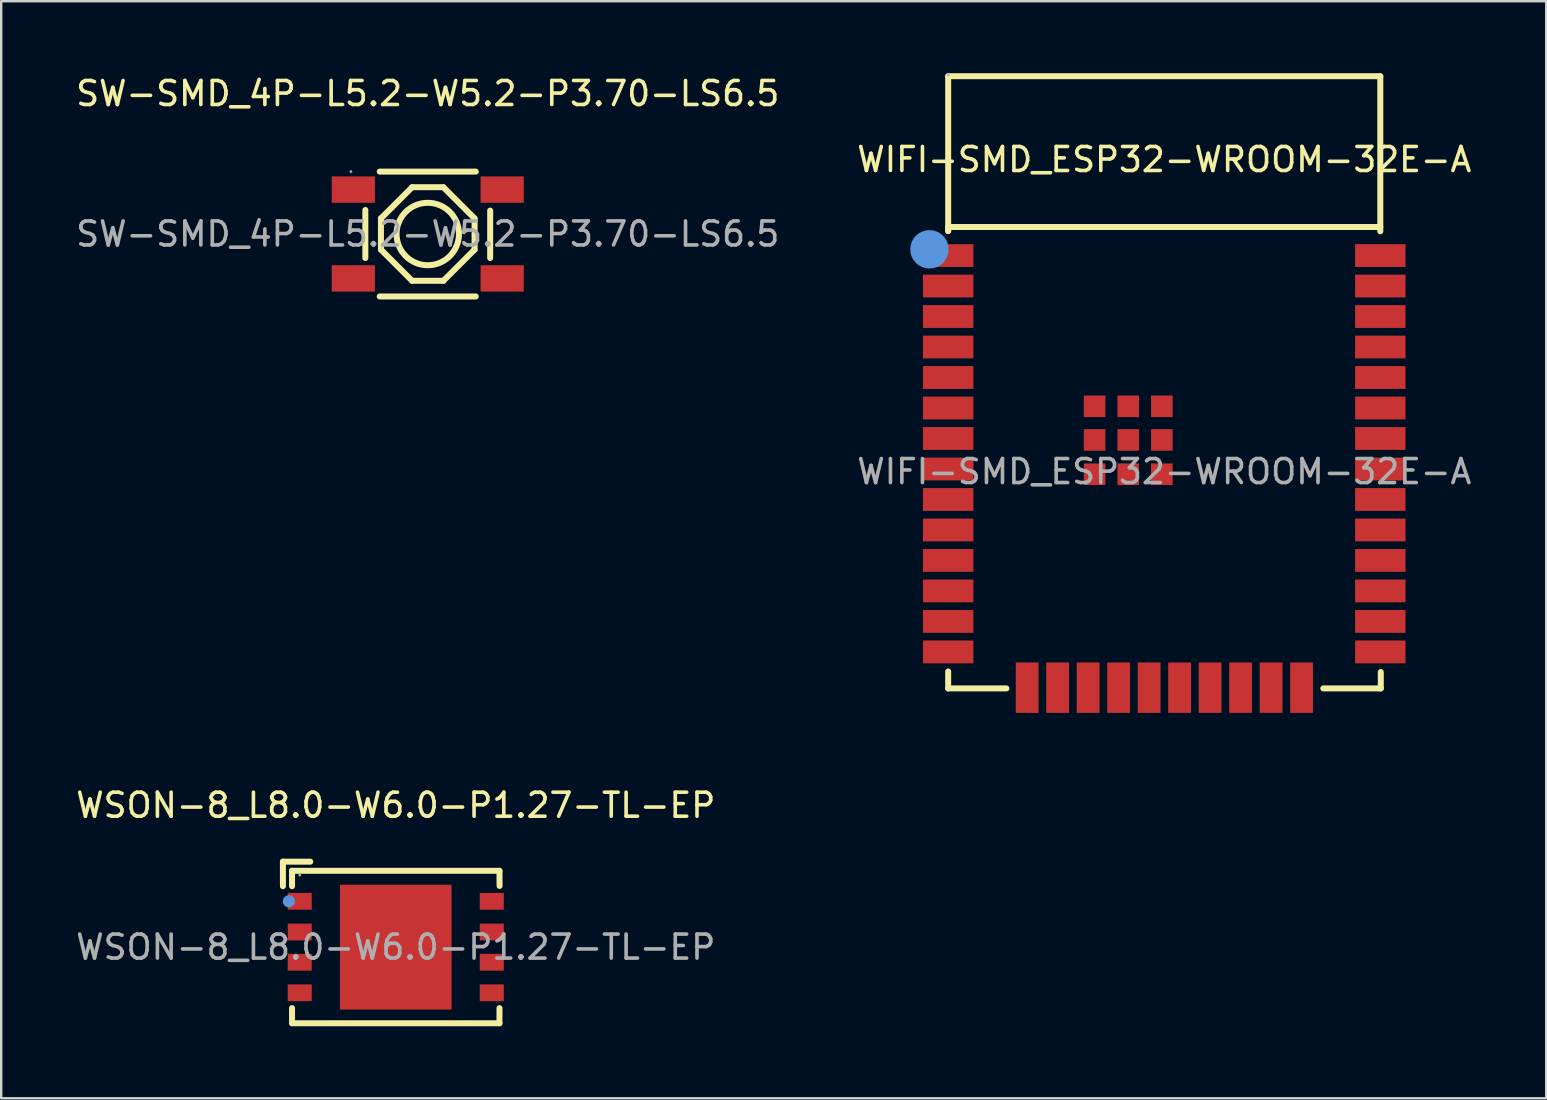
<source format=kicad_pcb>
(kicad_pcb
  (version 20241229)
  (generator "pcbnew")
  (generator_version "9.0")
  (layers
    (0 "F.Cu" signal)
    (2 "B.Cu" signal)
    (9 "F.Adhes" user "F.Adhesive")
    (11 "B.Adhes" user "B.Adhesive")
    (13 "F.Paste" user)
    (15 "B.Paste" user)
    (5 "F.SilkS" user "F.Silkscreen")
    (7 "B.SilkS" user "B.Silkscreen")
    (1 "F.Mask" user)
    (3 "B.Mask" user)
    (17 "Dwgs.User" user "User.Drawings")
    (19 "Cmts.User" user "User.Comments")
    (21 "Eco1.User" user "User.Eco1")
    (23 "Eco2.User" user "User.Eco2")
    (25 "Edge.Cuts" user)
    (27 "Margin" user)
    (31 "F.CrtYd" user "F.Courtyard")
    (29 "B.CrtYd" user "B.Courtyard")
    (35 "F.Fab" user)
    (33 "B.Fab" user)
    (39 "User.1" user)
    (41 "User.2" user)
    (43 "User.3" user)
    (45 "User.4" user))
  (footprint "WIFI-SMD_ESP32-WROOM-32E-A"
    (layer "F.Cu")
    (at 45.446 16.595)
    (property "Reference" "WIFI-SMD_ESP32-WROOM-32E-A" (at 0 -13 0) (layer "F.SilkS") (effects (font (size 1 1) (thickness 0.15))))
    (attr smd)
    (fp_line (start -9 -16.47) (end -9 -10.02) (stroke (width 0.25) (type solid)) (layer "F.SilkS"))
    (fp_line (start -9 -10.19) (end -9 -10.02) (stroke (width 0.25) (type solid)) (layer "F.SilkS"))
    (fp_line (start -9 8.325) (end -9 9.03) (stroke (width 0.25) (type solid)) (layer "F.SilkS"))
    (fp_line (start -9 9.03) (end -6.575 9.03) (stroke (width 0.25) (type solid)) (layer "F.SilkS"))
    (fp_line (start 6.625 9.03) (end 9.02 9.03) (stroke (width 0.25) (type solid)) (layer "F.SilkS"))
    (fp_line (start 9 -16.47) (end -9 -16.47) (stroke (width 0.25) (type solid)) (layer "F.SilkS"))
    (fp_line (start 9 -16.47) (end 9 -10.01) (stroke (width 0.25) (type solid)) (layer "F.SilkS"))
    (fp_line (start 9 -10.19) (end -9 -10.19) (stroke (width 0.25) (type solid)) (layer "F.SilkS"))
    (fp_line (start 9.02 9.03) (end 9.02 8.35) (stroke (width 0.25) (type solid)) (layer "F.SilkS"))
    (fp_circle (center -9.78 -9.26) (end -9.38 -9.26) (stroke (width 0.8) (type solid)) (fill no) (layer "Cmts.User"))
    (fp_circle (center -9 -16.53) (end -8.97 -16.53) (stroke (width 0.06) (type solid)) (fill no) (layer "F.Fab"))
    (fp_text user "${REFERENCE}" (at 0 0 0) (layer "F.Fab") (effects (font (size 1 1) (thickness 0.15))))
    (pad "1" smd rect (at -9 -9 270) (size 0.95 2.1) (layers "F.Cu" "F.Mask" "F.Paste"))
    (pad "2" smd rect (at -9 -7.73 270) (size 0.95 2.1) (layers "F.Cu" "F.Mask" "F.Paste"))
    (pad "3" smd rect (at -9 -6.46 270) (size 0.95 2.1) (layers "F.Cu" "F.Mask" "F.Paste"))
    (pad "4" smd rect (at -9 -5.19 270) (size 0.95 2.1) (layers "F.Cu" "F.Mask" "F.Paste"))
    (pad "5" smd rect (at -9 -3.92 270) (size 0.95 2.1) (layers "F.Cu" "F.Mask" "F.Paste"))
    (pad "6" smd rect (at -9 -2.65 270) (size 0.95 2.1) (layers "F.Cu" "F.Mask" "F.Paste"))
    (pad "7" smd rect (at -9 -1.38 270) (size 0.95 2.1) (layers "F.Cu" "F.Mask" "F.Paste"))
    (pad "8" smd rect (at -9 -0.11 270) (size 0.95 2.1) (layers "F.Cu" "F.Mask" "F.Paste"))
    (pad "9" smd rect (at -9 1.16 270) (size 0.95 2.1) (layers "F.Cu" "F.Mask" "F.Paste"))
    (pad "10" smd rect (at -9 2.43 270) (size 0.95 2.1) (layers "F.Cu" "F.Mask" "F.Paste"))
    (pad "11" smd rect (at -9 3.7 270) (size 0.95 2.1) (layers "F.Cu" "F.Mask" "F.Paste"))
    (pad "12" smd rect (at -9 4.97 270) (size 0.95 2.1) (layers "F.Cu" "F.Mask" "F.Paste"))
    (pad "13" smd rect (at -9 6.24 270) (size 0.95 2.1) (layers "F.Cu" "F.Mask" "F.Paste"))
    (pad "14" smd rect (at -9 7.51 270) (size 0.95 2.1) (layers "F.Cu" "F.Mask" "F.Paste"))
    (pad "15" smd rect (at -5.71 9 270) (size 2.1 0.95) (layers "F.Cu" "F.Mask" "F.Paste"))
    (pad "16" smd rect (at -4.44 9 270) (size 2.1 0.95) (layers "F.Cu" "F.Mask" "F.Paste"))
    (pad "17" smd rect (at -3.17 9 270) (size 2.1 0.95) (layers "F.Cu" "F.Mask" "F.Paste"))
    (pad "18" smd rect (at -1.9 9 270) (size 2.1 0.95) (layers "F.Cu" "F.Mask" "F.Paste"))
    (pad "19" smd rect (at -0.63 9 270) (size 2.1 0.95) (layers "F.Cu" "F.Mask" "F.Paste"))
    (pad "20" smd rect (at 0.64 9 270) (size 2.1 0.95) (layers "F.Cu" "F.Mask" "F.Paste"))
    (pad "21" smd rect (at 1.91 9 270) (size 2.1 0.95) (layers "F.Cu" "F.Mask" "F.Paste"))
    (pad "22" smd rect (at 3.18 9 270) (size 2.1 0.95) (layers "F.Cu" "F.Mask" "F.Paste"))
    (pad "23" smd rect (at 4.45 9 270) (size 2.1 0.95) (layers "F.Cu" "F.Mask" "F.Paste"))
    (pad "24" smd rect (at 5.72 9 270) (size 2.1 0.95) (layers "F.Cu" "F.Mask" "F.Paste"))
    (pad "25" smd rect (at 9 7.51 270) (size 0.95 2.1) (layers "F.Cu" "F.Mask" "F.Paste"))
    (pad "26" smd rect (at 9 6.24 270) (size 0.95 2.1) (layers "F.Cu" "F.Mask" "F.Paste"))
    (pad "27" smd rect (at 9 4.97 270) (size 0.95 2.1) (layers "F.Cu" "F.Mask" "F.Paste"))
    (pad "28" smd rect (at 9 3.7 270) (size 0.95 2.1) (layers "F.Cu" "F.Mask" "F.Paste"))
    (pad "29" smd rect (at 9 2.43 270) (size 0.95 2.1) (layers "F.Cu" "F.Mask" "F.Paste"))
    (pad "30" smd rect (at 9 1.16 270) (size 0.95 2.1) (layers "F.Cu" "F.Mask" "F.Paste"))
    (pad "31" smd rect (at 9 -0.11 270) (size 0.95 2.1) (layers "F.Cu" "F.Mask" "F.Paste"))
    (pad "32" smd rect (at 9 -1.38 270) (size 0.95 2.1) (layers "F.Cu" "F.Mask" "F.Paste"))
    (pad "33" smd rect (at 9 -2.65 270) (size 0.95 2.1) (layers "F.Cu" "F.Mask" "F.Paste"))
    (pad "34" smd rect (at 9 -3.92 270) (size 0.95 2.1) (layers "F.Cu" "F.Mask" "F.Paste"))
    (pad "35" smd rect (at 9 -5.19 270) (size 0.95 2.1) (layers "F.Cu" "F.Mask" "F.Paste"))
    (pad "36" smd rect (at 9 -6.46 270) (size 0.95 2.1) (layers "F.Cu" "F.Mask" "F.Paste"))
    (pad "37" smd rect (at 9 -7.73 270) (size 0.95 2.1) (layers "F.Cu" "F.Mask" "F.Paste"))
    (pad "38" smd rect (at 9 -9 270) (size 0.95 2.1) (layers "F.Cu" "F.Mask" "F.Paste"))
    (pad "39" smd rect (at -2.9 -2.72 90) (size 0.9 0.9) (layers "F.Cu" "F.Mask" "F.Paste"))
    (pad "39" smd rect (at -2.9 -1.32 90) (size 0.9 0.9) (layers "F.Cu" "F.Mask" "F.Paste"))
    (pad "39" smd rect (at -2.9 0.11 90) (size 0.9 0.9) (layers "F.Cu" "F.Mask" "F.Paste"))
    (pad "39" smd rect (at -1.5 -2.72 90) (size 0.9 0.9) (layers "F.Cu" "F.Mask" "F.Paste"))
    (pad "39" smd rect (at -1.5 -1.32 90) (size 0.9 0.9) (layers "F.Cu" "F.Mask" "F.Paste"))
    (pad "39" smd rect (at -1.5 0.11 90) (size 0.9 0.9) (layers "F.Cu" "F.Mask" "F.Paste"))
    (pad "39" smd rect (at -0.1 -2.72 90) (size 0.9 0.9) (layers "F.Cu" "F.Mask" "F.Paste"))
    (pad "39" smd rect (at -0.1 -1.32 90) (size 0.9 0.9) (layers "F.Cu" "F.Mask" "F.Paste"))
    (pad "39" smd rect (at -0.1 0.11 90) (size 0.9 0.9) (layers "F.Cu" "F.Mask" "F.Paste")))
  (footprint "SW-SMD_4P-L5.2-W5.2-P3.70-LS6.5"
    (layer "F.Cu")
    (at 14.768 6.698)
    (property "Reference" "SW-SMD_4P-L5.2-W5.2-P3.70-LS6.5" (at 0 -5.85 0) (layer "F.SilkS") (effects (font (size 1 1) (thickness 0.15))))
    (attr smd)
    (fp_line (start -2.6 1) (end -2.6 -1) (stroke (width 0.25) (type solid)) (layer "F.SilkS"))
    (fp_line (start -2 -2.6) (end 2 -2.6) (stroke (width 0.25) (type solid)) (layer "F.SilkS"))
    (fp_line (start -1.95 -0.65) (end -0.65 -1.95) (stroke (width 0.25) (type solid)) (layer "F.SilkS"))
    (fp_line (start -1.95 0.65) (end -1.95 -0.65) (stroke (width 0.25) (type solid)) (layer "F.SilkS"))
    (fp_line (start -0.65 -1.95) (end 0.65 -1.95) (stroke (width 0.25) (type solid)) (layer "F.SilkS"))
    (fp_line (start -0.65 1.95) (end -1.95 0.65) (stroke (width 0.25) (type solid)) (layer "F.SilkS"))
    (fp_line (start 0.65 -1.95) (end 1.95 -0.65) (stroke (width 0.25) (type solid)) (layer "F.SilkS"))
    (fp_line (start 0.65 1.95) (end -0.65 1.95) (stroke (width 0.25) (type solid)) (layer "F.SilkS"))
    (fp_line (start 1.95 -0.65) (end 1.95 0.65) (stroke (width 0.25) (type solid)) (layer "F.SilkS"))
    (fp_line (start 1.95 0.65) (end 0.65 1.95) (stroke (width 0.25) (type solid)) (layer "F.SilkS"))
    (fp_line (start 2 2.6) (end -2 2.6) (stroke (width 0.25) (type solid)) (layer "F.SilkS"))
    (fp_line (start 2.6 -0.975) (end 2.6 1) (stroke (width 0.25) (type solid)) (layer "F.SilkS"))
    (fp_circle (center 0 0) (end 1.3 0) (stroke (width 0.25) (type solid)) (fill no) (layer "F.SilkS"))
    (fp_circle (center -3.2 -2.6) (end -3.17 -2.6) (stroke (width 0.06) (type solid)) (fill no) (layer "F.Fab"))
    (fp_text user "${REFERENCE}" (at 0 0 0) (layer "F.Fab") (effects (font (size 1 1) (thickness 0.15))))
    (pad "1" smd rect (at -3.1 -1.85) (size 1.8 1.1) (layers "F.Cu" "F.Mask" "F.Paste"))
    (pad "2" smd rect (at 3.1 -1.85) (size 1.8 1.1) (layers "F.Cu" "F.Mask" "F.Paste"))
    (pad "3" smd rect (at -3.1 1.85) (size 1.8 1.1) (layers "F.Cu" "F.Mask" "F.Paste"))
    (pad "4" smd rect (at 3.1 1.85) (size 1.8 1.1) (layers "F.Cu" "F.Mask" "F.Paste")))
  (footprint "WSON-8_L8.0-W6.0-P1.27-TL-EP"
    (layer "F.Cu")
    (at 13.435 36.403)
    (property "Reference" "WSON-8_L8.0-W6.0-P1.27-TL-EP" (at 0 -5.91 0) (layer "F.SilkS") (effects (font (size 1 1) (thickness 0.15))))
    (attr smd)
    (fp_line (start -4.7 -3.56) (end -3.56 -3.56) (stroke (width 0.25) (type solid)) (layer "F.SilkS"))
    (fp_line (start -4.7 -2.54) (end -4.7 -3.56) (stroke (width 0.25) (type solid)) (layer "F.SilkS"))
    (fp_line (start -4.32 -3.18) (end 4.32 -3.18) (stroke (width 0.25) (type solid)) (layer "F.SilkS"))
    (fp_line (start -4.32 -2.54) (end -4.32 -3.18) (stroke (width 0.25) (type solid)) (layer "F.SilkS"))
    (fp_line (start -4.32 2.54) (end -4.32 3.17) (stroke (width 0.25) (type solid)) (layer "F.SilkS"))
    (fp_line (start -4.32 3.17) (end 4.32 3.17) (stroke (width 0.25) (type solid)) (layer "F.SilkS"))
    (fp_line (start 4.32 -3.18) (end 4.325 -2.55) (stroke (width 0.25) (type solid)) (layer "F.SilkS"))
    (fp_line (start 4.32 3.17) (end 4.32 2.54) (stroke (width 0.25) (type solid)) (layer "F.SilkS"))
    (fp_circle (center -4.45 -1.91) (end -4.32 -1.91) (stroke (width 0.25) (type solid)) (fill no) (layer "Cmts.User"))
    (fp_circle (center -4 -3) (end -3.97 -3) (stroke (width 0.06) (type solid)) (fill no) (layer "F.Fab"))
    (fp_text user "${REFERENCE}" (at 0 0 0) (layer "F.Fab") (effects (font (size 1 1) (thickness 0.15))))
    (pad "1" smd rect (at -4 -1.91 270) (size 0.7 1) (layers "F.Cu" "F.Mask" "F.Paste"))
    (pad "2" smd rect (at -4 -0.63 270) (size 0.7 1) (layers "F.Cu" "F.Mask" "F.Paste"))
    (pad "3" smd rect (at -4 0.63 270) (size 0.7 1) (layers "F.Cu" "F.Mask" "F.Paste"))
    (pad "4" smd rect (at -4 1.9 270) (size 0.7 1) (layers "F.Cu" "F.Mask" "F.Paste"))
    (pad "5" smd rect (at 4 1.9 90) (size 0.7 1) (layers "F.Cu" "F.Mask" "F.Paste"))
    (pad "6" smd rect (at 4 0.63 90) (size 0.7 1) (layers "F.Cu" "F.Mask" "F.Paste"))
    (pad "7" smd rect (at 4 -0.63 90) (size 0.7 1) (layers "F.Cu" "F.Mask" "F.Paste"))
    (pad "8" smd rect (at 4 -1.91 90) (size 0.7 1) (layers "F.Cu" "F.Mask" "F.Paste"))
    (pad "9" smd rect (at 0 0 90) (size 5.2 4.65) (layers "F.Cu" "F.Mask" "F.Paste")))
  (gr_rect
    (start -3 -3)
    (end 61.357 42.698)
    (stroke (width 0.1) (type default))
    (fill no)
    (layer "Edge.Cuts")))
</source>
